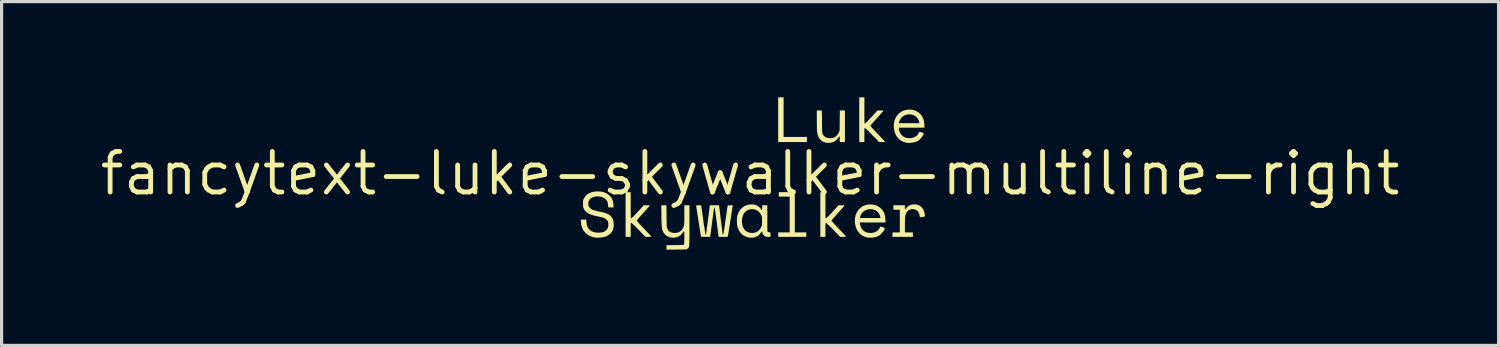
<source format=kicad_pcb>
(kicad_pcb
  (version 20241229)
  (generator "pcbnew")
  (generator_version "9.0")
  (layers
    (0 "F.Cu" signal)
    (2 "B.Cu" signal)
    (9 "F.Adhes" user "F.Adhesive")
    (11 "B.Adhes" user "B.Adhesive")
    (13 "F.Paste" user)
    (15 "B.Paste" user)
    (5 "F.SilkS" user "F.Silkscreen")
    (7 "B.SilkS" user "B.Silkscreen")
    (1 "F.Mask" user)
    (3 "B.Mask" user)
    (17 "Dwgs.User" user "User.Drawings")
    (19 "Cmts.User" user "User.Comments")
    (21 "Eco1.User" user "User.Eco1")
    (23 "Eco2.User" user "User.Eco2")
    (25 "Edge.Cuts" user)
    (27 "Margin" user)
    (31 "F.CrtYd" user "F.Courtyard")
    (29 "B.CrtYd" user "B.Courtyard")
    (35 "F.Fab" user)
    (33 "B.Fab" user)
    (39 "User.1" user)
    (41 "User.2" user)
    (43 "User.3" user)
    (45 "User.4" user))
  (footprint "fancytext-luke-skywalker-multiline-right"
    (layer "F.Cu")
    (at 20.448 2.385)
    (property "Reference" "fancytext-luke-skywalker-multiline-right" (at 0 0 0) (layer "F.SilkS") (effects (font (size 1.27 1.27) (thickness 0.15))))
    (attr board_only exclude_from_pos_files exclude_from_bom)
    (fp_poly (pts (xy 0.88 -1.685) (xy 0.88 -2.385) (xy 0.965 -2.385) (xy 1.05 -2.385) (xy 1.05 -1.765) (xy 1.05 -1.145) (xy 1.415 -1.145) (xy 1.78 -1.145) (xy 1.78 -1.065) (xy 1.78 -0.985) (xy 1.33 -0.985) (xy 0.88 -0.985) (xy 0.88 -1.685)) (stroke (width 0) (type solid)) (fill yes) (layer "F.SilkS"))
    (fp_poly (pts (xy 0.88 1.915) (xy 0.88 1.845) (xy 1.06 1.845) (xy 1.24 1.845) (xy 1.24 1.285) (xy 1.24 0.725) (xy 1.07 0.725) (xy 0.9 0.725) (xy 0.9 0.655) (xy 0.9 0.585) (xy 1.15 0.585) (xy 1.4 0.585) (xy 1.4 1.215) (xy 1.4 1.845) (xy 1.58 1.845) (xy 1.76 1.845) (xy 1.76 1.915) (xy 1.76 1.985) (xy 1.32 1.985) (xy 0.88 1.985) (xy 0.88 1.915)) (stroke (width 0) (type solid)) (fill yes) (layer "F.SilkS"))
    (fp_poly (pts (xy 2.364 -0.968) (xy 2.286 -0.997) (xy 2.221 -1.041) (xy 2.169 -1.1) (xy 2.13 -1.174) (xy 2.105 -1.263) (xy 2.1 -1.287) (xy 2.098 -1.313) (xy 2.095 -1.356) (xy 2.093 -1.412) (xy 2.092 -1.48) (xy 2.091 -1.555) (xy 2.09 -1.634) (xy 2.09 -1.663) (xy 2.09 -1.975) (xy 2.169 -1.975) (xy 2.249 -1.975) (xy 2.252 -1.627) (xy 2.253 -1.533) (xy 2.254 -1.457) (xy 2.255 -1.396) (xy 2.257 -1.349) (xy 2.259 -1.313) (xy 2.261 -1.287) (xy 2.264 -1.267) (xy 2.268 -1.252) (xy 2.273 -1.24) (xy 2.307 -1.185) (xy 2.354 -1.144) (xy 2.414 -1.118) (xy 2.481 -1.107) (xy 2.561 -1.11) (xy 2.631 -1.129) (xy 2.691 -1.166) (xy 2.741 -1.22) (xy 2.772 -1.273) (xy 2.805 -1.34) (xy 2.808 -1.657) (xy 2.811 -1.975) (xy 2.891 -1.975) (xy 2.97 -1.975) (xy 2.97 -1.48) (xy 2.97 -0.985) (xy 2.89 -0.985) (xy 2.81 -0.985) (xy 2.81 -1.075) (xy 2.809 -1.117) (xy 2.806 -1.148) (xy 2.802 -1.164) (xy 2.8 -1.165) (xy 2.789 -1.157) (xy 2.773 -1.138) (xy 2.765 -1.126) (xy 2.712 -1.058) (xy 2.65 -1.008) (xy 2.578 -0.975) (xy 2.496 -0.96) (xy 2.487 -0.959) (xy 2.439 -0.959) (xy 2.392 -0.963) (xy 2.364 -0.968)) (stroke (width 0) (type solid)) (fill yes) (layer "F.SilkS"))
    (fp_poly (pts (xy 4.46 1.915) (xy 4.46 1.845) (xy 4.575 1.845) (xy 4.69 1.845) (xy 4.69 1.49) (xy 4.69 1.135) (xy 4.59 1.135) (xy 4.49 1.135) (xy 4.49 1.065) (xy 4.49 0.995) (xy 4.67 0.995) (xy 4.85 0.995) (xy 4.85 1.06) (xy 4.851 1.093) (xy 4.855 1.117) (xy 4.86 1.125) (xy 4.871 1.117) (xy 4.887 1.098) (xy 4.895 1.085) (xy 4.936 1.037) (xy 4.991 1.001) (xy 5.054 0.977) (xy 5.124 0.967) (xy 5.195 0.969) (xy 5.264 0.986) (xy 5.324 1.015) (xy 5.376 1.06) (xy 5.42 1.118) (xy 5.452 1.187) (xy 5.47 1.262) (xy 5.472 1.292) (xy 5.475 1.349) (xy 5.4 1.361) (xy 5.364 1.366) (xy 5.336 1.369) (xy 5.323 1.37) (xy 5.322 1.37) (xy 5.319 1.36) (xy 5.314 1.335) (xy 5.31 1.31) (xy 5.292 1.243) (xy 5.262 1.191) (xy 5.218 1.152) (xy 5.198 1.141) (xy 5.134 1.119) (xy 5.07 1.115) (xy 5.009 1.129) (xy 4.955 1.159) (xy 4.91 1.204) (xy 4.877 1.263) (xy 4.866 1.294) (xy 4.861 1.317) (xy 4.857 1.345) (xy 4.854 1.381) (xy 4.852 1.428) (xy 4.851 1.488) (xy 4.85 1.564) (xy 4.85 1.598) (xy 4.85 1.845) (xy 4.975 1.845) (xy 5.1 1.845) (xy 5.1 1.915) (xy 5.1 1.985) (xy 4.78 1.985) (xy 4.46 1.985) (xy 4.46 1.915)) (stroke (width 0) (type solid)) (fill yes) (layer "F.SilkS"))
    (fp_poly (pts (xy -3.9 1.285) (xy -3.9 0.585) (xy -3.82 0.585) (xy -3.74 0.585) (xy -3.74 0.995) (xy -3.74 1.096) (xy -3.74 1.18) (xy -3.739 1.247) (xy -3.739 1.299) (xy -3.738 1.338) (xy -3.736 1.366) (xy -3.734 1.385) (xy -3.731 1.397) (xy -3.728 1.403) (xy -3.724 1.405) (xy -3.723 1.405) (xy -3.711 1.398) (xy -3.688 1.377) (xy -3.656 1.345) (xy -3.615 1.304) (xy -3.568 1.254) (xy -3.517 1.2) (xy -3.329 0.995) (xy -3.235 0.995) (xy -3.194 0.996) (xy -3.162 0.998) (xy -3.143 1.001) (xy -3.14 1.002) (xy -3.147 1.012) (xy -3.165 1.033) (xy -3.194 1.066) (xy -3.231 1.108) (xy -3.275 1.158) (xy -3.324 1.212) (xy -3.345 1.235) (xy -3.396 1.292) (xy -3.443 1.344) (xy -3.483 1.391) (xy -3.515 1.429) (xy -3.537 1.457) (xy -3.549 1.474) (xy -3.55 1.476) (xy -3.543 1.487) (xy -3.524 1.511) (xy -3.494 1.545) (xy -3.456 1.588) (xy -3.41 1.638) (xy -3.358 1.693) (xy -3.322 1.729) (xy -3.268 1.787) (xy -3.217 1.84) (xy -3.173 1.886) (xy -3.137 1.925) (xy -3.11 1.954) (xy -3.095 1.971) (xy -3.092 1.976) (xy -3.099 1.98) (xy -3.124 1.983) (xy -3.161 1.985) (xy -3.183 1.985) (xy -3.278 1.985) (xy -3.492 1.765) (xy -3.545 1.71) (xy -3.595 1.661) (xy -3.639 1.617) (xy -3.676 1.583) (xy -3.703 1.559) (xy -3.72 1.546) (xy -3.723 1.545) (xy -3.728 1.546) (xy -3.733 1.552) (xy -3.736 1.564) (xy -3.738 1.586) (xy -3.739 1.619) (xy -3.74 1.666) (xy -3.74 1.729) (xy -3.74 1.765) (xy -3.74 1.985) (xy -3.82 1.985) (xy -3.9 1.985) (xy -3.9 1.285)) (stroke (width 0) (type solid)) (fill yes) (layer "F.SilkS"))
    (fp_poly (pts (xy 2.2 1.285) (xy 2.2 0.585) (xy 2.28 0.585) (xy 2.36 0.585) (xy 2.36 0.995) (xy 2.36 1.096) (xy 2.36 1.18) (xy 2.361 1.247) (xy 2.361 1.299) (xy 2.362 1.338) (xy 2.364 1.366) (xy 2.366 1.385) (xy 2.369 1.397) (xy 2.372 1.403) (xy 2.376 1.405) (xy 2.377 1.405) (xy 2.389 1.398) (xy 2.412 1.377) (xy 2.444 1.345) (xy 2.485 1.304) (xy 2.532 1.254) (xy 2.583 1.2) (xy 2.771 0.995) (xy 2.865 0.995) (xy 2.906 0.996) (xy 2.938 0.998) (xy 2.957 1.001) (xy 2.96 1.002) (xy 2.953 1.012) (xy 2.935 1.033) (xy 2.906 1.066) (xy 2.869 1.108) (xy 2.825 1.158) (xy 2.776 1.212) (xy 2.755 1.235) (xy 2.704 1.292) (xy 2.657 1.344) (xy 2.617 1.391) (xy 2.585 1.429) (xy 2.563 1.457) (xy 2.551 1.474) (xy 2.55 1.476) (xy 2.557 1.487) (xy 2.576 1.511) (xy 2.606 1.545) (xy 2.644 1.588) (xy 2.69 1.638) (xy 2.742 1.693) (xy 2.777 1.729) (xy 2.832 1.787) (xy 2.883 1.84) (xy 2.927 1.886) (xy 2.963 1.925) (xy 2.99 1.954) (xy 3.005 1.971) (xy 3.008 1.976) (xy 3.001 1.98) (xy 2.976 1.983) (xy 2.939 1.985) (xy 2.917 1.985) (xy 2.822 1.985) (xy 2.608 1.765) (xy 2.555 1.71) (xy 2.505 1.661) (xy 2.461 1.617) (xy 2.424 1.583) (xy 2.397 1.559) (xy 2.38 1.546) (xy 2.377 1.545) (xy 2.372 1.546) (xy 2.367 1.552) (xy 2.364 1.564) (xy 2.362 1.586) (xy 2.361 1.619) (xy 2.36 1.666) (xy 2.36 1.729) (xy 2.36 1.765) (xy 2.36 1.985) (xy 2.28 1.985) (xy 2.2 1.985) (xy 2.2 1.285)) (stroke (width 0) (type solid)) (fill yes) (layer "F.SilkS"))
    (fp_poly (pts (xy 3.42 -1.685) (xy 3.42 -2.385) (xy 3.5 -2.385) (xy 3.58 -2.385) (xy 3.58 -1.975) (xy 3.58 -1.874) (xy 3.58 -1.79) (xy 3.581 -1.723) (xy 3.581 -1.671) (xy 3.582 -1.632) (xy 3.584 -1.604) (xy 3.586 -1.585) (xy 3.589 -1.573) (xy 3.592 -1.567) (xy 3.596 -1.565) (xy 3.598 -1.565) (xy 3.609 -1.572) (xy 3.632 -1.593) (xy 3.664 -1.625) (xy 3.705 -1.666) (xy 3.752 -1.716) (xy 3.803 -1.77) (xy 3.991 -1.975) (xy 4.085 -1.975) (xy 4.126 -1.974) (xy 4.158 -1.972) (xy 4.177 -1.969) (xy 4.18 -1.968) (xy 4.173 -1.958) (xy 4.155 -1.937) (xy 4.126 -1.904) (xy 4.089 -1.862) (xy 4.045 -1.812) (xy 3.996 -1.758) (xy 3.975 -1.735) (xy 3.924 -1.678) (xy 3.877 -1.626) (xy 3.837 -1.579) (xy 3.805 -1.541) (xy 3.783 -1.513) (xy 3.771 -1.496) (xy 3.77 -1.494) (xy 3.777 -1.483) (xy 3.796 -1.459) (xy 3.826 -1.425) (xy 3.864 -1.382) (xy 3.91 -1.332) (xy 3.962 -1.277) (xy 3.998 -1.241) (xy 4.052 -1.183) (xy 4.103 -1.13) (xy 4.147 -1.084) (xy 4.183 -1.045) (xy 4.21 -1.016) (xy 4.225 -0.999) (xy 4.228 -0.994) (xy 4.221 -0.99) (xy 4.196 -0.987) (xy 4.159 -0.985) (xy 4.137 -0.985) (xy 4.042 -0.985) (xy 3.828 -1.205) (xy 3.775 -1.26) (xy 3.725 -1.309) (xy 3.681 -1.353) (xy 3.644 -1.387) (xy 3.617 -1.411) (xy 3.6 -1.424) (xy 3.598 -1.425) (xy 3.592 -1.424) (xy 3.587 -1.418) (xy 3.584 -1.406) (xy 3.582 -1.384) (xy 3.581 -1.351) (xy 3.58 -1.304) (xy 3.58 -1.241) (xy 3.58 -1.205) (xy 3.58 -0.985) (xy 3.5 -0.985) (xy 3.42 -0.985) (xy 3.42 -1.685)) (stroke (width 0) (type solid)) (fill yes) (layer "F.SilkS"))
    (fp_poly (pts (xy 3.805 0.968) (xy 3.901 0.983) (xy 3.988 1.016) (xy 4.065 1.065) (xy 4.131 1.128) (xy 4.183 1.205) (xy 4.211 1.27) (xy 4.227 1.332) (xy 4.236 1.412) (xy 4.238 1.433) (xy 4.243 1.535) (xy 3.437 1.535) (xy 3.443 1.584) (xy 3.461 1.66) (xy 3.495 1.727) (xy 3.543 1.783) (xy 3.603 1.826) (xy 3.664 1.85) (xy 3.742 1.863) (xy 3.818 1.862) (xy 3.889 1.847) (xy 3.953 1.82) (xy 4.006 1.781) (xy 4.046 1.732) (xy 4.062 1.698) (xy 4.069 1.68) (xy 4.076 1.67) (xy 4.089 1.667) (xy 4.111 1.67) (xy 4.147 1.679) (xy 4.155 1.681) (xy 4.194 1.693) (xy 4.216 1.705) (xy 4.22 1.712) (xy 4.213 1.742) (xy 4.193 1.781) (xy 4.164 1.824) (xy 4.128 1.868) (xy 4.09 1.907) (xy 4.052 1.939) (xy 4.036 1.949) (xy 3.971 1.978) (xy 3.893 1.999) (xy 3.81 2.01) (xy 3.727 2.011) (xy 3.653 2.001) (xy 3.562 1.97) (xy 3.482 1.923) (xy 3.414 1.861) (xy 3.358 1.785) (xy 3.317 1.697) (xy 3.295 1.619) (xy 3.281 1.512) (xy 3.284 1.41) (xy 3.287 1.395) (xy 3.44 1.395) (xy 4.083 1.395) (xy 4.076 1.353) (xy 4.057 1.294) (xy 4.023 1.237) (xy 3.982 1.193) (xy 3.922 1.151) (xy 3.853 1.126) (xy 3.78 1.116) (xy 3.705 1.121) (xy 3.633 1.142) (xy 3.567 1.179) (xy 3.542 1.2) (xy 3.507 1.239) (xy 3.476 1.29) (xy 3.453 1.344) (xy 3.446 1.367) (xy 3.44 1.395) (xy 3.287 1.395) (xy 3.303 1.315) (xy 3.337 1.229) (xy 3.384 1.152) (xy 3.445 1.087) (xy 3.516 1.034) (xy 3.598 0.995) (xy 3.689 0.973) (xy 3.788 0.967)) (stroke (width 0) (type solid)) (fill yes) (layer "F.SilkS"))
    (fp_poly (pts (xy 5.025 -2.002) (xy 5.121 -1.987) (xy 5.208 -1.954) (xy 5.285 -1.905) (xy 5.351 -1.842) (xy 5.403 -1.765) (xy 5.431 -1.7) (xy 5.447 -1.638) (xy 5.456 -1.558) (xy 5.458 -1.538) (xy 5.463 -1.435) (xy 4.657 -1.435) (xy 4.663 -1.386) (xy 4.681 -1.31) (xy 4.715 -1.243) (xy 4.763 -1.187) (xy 4.823 -1.144) (xy 4.884 -1.12) (xy 4.962 -1.107) (xy 5.038 -1.108) (xy 5.109 -1.123) (xy 5.173 -1.15) (xy 5.226 -1.189) (xy 5.266 -1.238) (xy 5.282 -1.272) (xy 5.289 -1.29) (xy 5.296 -1.3) (xy 5.309 -1.303) (xy 5.331 -1.3) (xy 5.367 -1.291) (xy 5.375 -1.289) (xy 5.414 -1.277) (xy 5.436 -1.265) (xy 5.44 -1.258) (xy 5.433 -1.228) (xy 5.413 -1.189) (xy 5.384 -1.146) (xy 5.348 -1.102) (xy 5.31 -1.063) (xy 5.272 -1.031) (xy 5.256 -1.021) (xy 5.191 -0.992) (xy 5.113 -0.971) (xy 5.03 -0.96) (xy 4.947 -0.959) (xy 4.873 -0.969) (xy 4.782 -1) (xy 4.702 -1.047) (xy 4.634 -1.109) (xy 4.578 -1.185) (xy 4.537 -1.273) (xy 4.515 -1.351) (xy 4.501 -1.458) (xy 4.504 -1.56) (xy 4.507 -1.575) (xy 4.66 -1.575) (xy 5.303 -1.575) (xy 5.296 -1.617) (xy 5.277 -1.676) (xy 5.243 -1.733) (xy 5.202 -1.777) (xy 5.142 -1.819) (xy 5.073 -1.844) (xy 5 -1.854) (xy 4.925 -1.849) (xy 4.853 -1.828) (xy 4.787 -1.791) (xy 4.762 -1.77) (xy 4.727 -1.731) (xy 4.696 -1.68) (xy 4.673 -1.626) (xy 4.666 -1.603) (xy 4.66 -1.575) (xy 4.507 -1.575) (xy 4.523 -1.655) (xy 4.557 -1.741) (xy 4.604 -1.818) (xy 4.665 -1.883) (xy 4.736 -1.936) (xy 4.818 -1.975) (xy 4.909 -1.997) (xy 5.008 -2.003)) (stroke (width 0) (type solid)) (fill yes) (layer "F.SilkS"))
    (fp_poly (pts (xy 0.108 0.971) (xy 0.185 0.991) (xy 0.254 1.027) (xy 0.311 1.077) (xy 0.329 1.1) (xy 0.348 1.125) (xy 0.364 1.141) (xy 0.371 1.145) (xy 0.375 1.136) (xy 0.378 1.112) (xy 0.38 1.077) (xy 0.38 1.07) (xy 0.38 0.995) (xy 0.54 0.995) (xy 0.54 1.814) (xy 0.562 1.829) (xy 0.59 1.841) (xy 0.612 1.845) (xy 0.627 1.846) (xy 0.635 1.851) (xy 0.639 1.865) (xy 0.64 1.892) (xy 0.64 1.915) (xy 0.64 1.985) (xy 0.575 1.985) (xy 0.535 1.983) (xy 0.498 1.977) (xy 0.477 1.971) (xy 0.435 1.944) (xy 0.403 1.903) (xy 0.386 1.856) (xy 0.386 1.856) (xy 0.38 1.831) (xy 0.374 1.816) (xy 0.372 1.815) (xy 0.362 1.823) (xy 0.346 1.843) (xy 0.331 1.866) (xy 0.283 1.921) (xy 0.222 1.965) (xy 0.151 1.995) (xy 0.073 2.011) (xy -0.008 2.01) (xy -0.045 2.005) (xy -0.138 1.977) (xy -0.218 1.933) (xy -0.286 1.874) (xy -0.341 1.799) (xy -0.383 1.71) (xy -0.396 1.67) (xy -0.405 1.625) (xy -0.411 1.571) (xy -0.413 1.501) (xy -0.413 1.499) (xy -0.257 1.499) (xy -0.249 1.585) (xy -0.229 1.663) (xy -0.195 1.73) (xy -0.15 1.786) (xy -0.122 1.809) (xy -0.056 1.843) (xy 0.018 1.861) (xy 0.094 1.862) (xy 0.168 1.846) (xy 0.204 1.831) (xy 0.263 1.793) (xy 0.31 1.742) (xy 0.349 1.675) (xy 0.36 1.651) (xy 0.367 1.628) (xy 0.372 1.602) (xy 0.374 1.569) (xy 0.375 1.524) (xy 0.375 1.49) (xy 0.375 1.435) (xy 0.373 1.395) (xy 0.37 1.366) (xy 0.364 1.342) (xy 0.356 1.319) (xy 0.349 1.305) (xy 0.306 1.233) (xy 0.253 1.178) (xy 0.189 1.14) (xy 0.116 1.12) (xy 0.09 1.117) (xy 0.009 1.12) (xy -0.063 1.141) (xy -0.126 1.178) (xy -0.178 1.231) (xy -0.218 1.298) (xy -0.244 1.379) (xy -0.25 1.41) (xy -0.257 1.499) (xy -0.413 1.499) (xy -0.413 1.49) (xy -0.412 1.418) (xy -0.406 1.361) (xy -0.397 1.316) (xy -0.396 1.31) (xy -0.359 1.215) (xy -0.309 1.134) (xy -0.246 1.069) (xy -0.172 1.019) (xy -0.085 0.985) (xy -0.064 0.979) (xy 0.024 0.967)) (stroke (width 0) (type solid)) (fill yes) (layer "F.SilkS"))
    (fp_poly (pts (xy -2.62 2.316) (xy -2.62 2.246) (xy -2.35 2.243) (xy -2.267 2.242) (xy -2.203 2.241) (xy -2.154 2.239) (xy -2.118 2.237) (xy -2.094 2.235) (xy -2.079 2.231) (xy -2.071 2.227) (xy -2.07 2.225) (xy -2.067 2.211) (xy -2.064 2.181) (xy -2.062 2.14) (xy -2.061 2.09) (xy -2.06 2.036) (xy -2.06 1.98) (xy -2.061 1.927) (xy -2.062 1.88) (xy -2.064 1.841) (xy -2.066 1.816) (xy -2.069 1.807) (xy -2.07 1.807) (xy -2.08 1.816) (xy -2.097 1.837) (xy -2.117 1.864) (xy -2.172 1.927) (xy -2.238 1.973) (xy -2.313 2.002) (xy -2.394 2.013) (xy -2.438 2.011) (xy -2.525 1.994) (xy -2.599 1.962) (xy -2.66 1.916) (xy -2.707 1.857) (xy -2.714 1.845) (xy -2.729 1.817) (xy -2.741 1.791) (xy -2.75 1.765) (xy -2.758 1.736) (xy -2.764 1.702) (xy -2.768 1.66) (xy -2.771 1.608) (xy -2.774 1.544) (xy -2.775 1.466) (xy -2.777 1.37) (xy -2.777 1.343) (xy -2.782 0.995) (xy -2.702 0.995) (xy -2.621 0.995) (xy -2.618 1.337) (xy -2.617 1.43) (xy -2.616 1.504) (xy -2.615 1.563) (xy -2.614 1.608) (xy -2.612 1.643) (xy -2.61 1.669) (xy -2.606 1.689) (xy -2.602 1.704) (xy -2.597 1.718) (xy -2.592 1.73) (xy -2.576 1.762) (xy -2.56 1.788) (xy -2.552 1.798) (xy -2.513 1.828) (xy -2.46 1.85) (xy -2.399 1.861) (xy -2.335 1.862) (xy -2.272 1.852) (xy -2.266 1.851) (xy -2.203 1.822) (xy -2.149 1.778) (xy -2.107 1.72) (xy -2.081 1.66) (xy -2.075 1.64) (xy -2.07 1.619) (xy -2.066 1.595) (xy -2.064 1.567) (xy -2.062 1.53) (xy -2.061 1.483) (xy -2.06 1.423) (xy -2.06 1.346) (xy -2.06 1.294) (xy -2.06 0.995) (xy -1.98 0.995) (xy -1.9 0.995) (xy -1.9 1.631) (xy -1.9 1.764) (xy -1.9 1.879) (xy -1.9 1.976) (xy -1.901 2.058) (xy -1.902 2.126) (xy -1.904 2.182) (xy -1.906 2.226) (xy -1.909 2.261) (xy -1.914 2.287) (xy -1.919 2.307) (xy -1.926 2.322) (xy -1.934 2.334) (xy -1.943 2.343) (xy -1.954 2.351) (xy -1.964 2.358) (xy -1.973 2.364) (xy -1.983 2.369) (xy -1.996 2.373) (xy -2.015 2.376) (xy -2.041 2.378) (xy -2.077 2.38) (xy -2.125 2.381) (xy -2.188 2.382) (xy -2.267 2.383) (xy -2.308 2.383) (xy -2.62 2.386) (xy -2.62 2.316)) (stroke (width 0) (type solid)) (fill yes) (layer "F.SilkS"))
    (fp_poly (pts (xy -4.887 2.001) (xy -4.984 1.973) (xy -5.071 1.93) (xy -5.146 1.873) (xy -5.208 1.803) (xy -5.254 1.722) (xy -5.284 1.632) (xy -5.285 1.628) (xy -5.293 1.582) (xy -5.298 1.534) (xy -5.3 1.502) (xy -5.3 1.445) (xy -5.216 1.445) (xy -5.133 1.445) (xy -5.128 1.529) (xy -5.114 1.616) (xy -5.086 1.691) (xy -5.043 1.751) (xy -4.986 1.798) (xy -4.915 1.831) (xy -4.831 1.849) (xy -4.734 1.853) (xy -4.72 1.852) (xy -4.655 1.847) (xy -4.605 1.836) (xy -4.563 1.818) (xy -4.525 1.791) (xy -4.51 1.779) (xy -4.474 1.737) (xy -4.451 1.688) (xy -4.441 1.629) (xy -4.442 1.581) (xy -4.445 1.54) (xy -4.45 1.512) (xy -4.461 1.489) (xy -4.476 1.468) (xy -4.517 1.429) (xy -4.575 1.396) (xy -4.651 1.37) (xy -4.727 1.353) (xy -4.838 1.33) (xy -4.931 1.306) (xy -5.008 1.28) (xy -5.071 1.25) (xy -5.122 1.216) (xy -5.162 1.176) (xy -5.194 1.131) (xy -5.207 1.107) (xy -5.22 1.079) (xy -5.228 1.054) (xy -5.233 1.026) (xy -5.235 0.989) (xy -5.235 0.945) (xy -5.234 0.895) (xy -5.232 0.86) (xy -5.227 0.832) (xy -5.218 0.807) (xy -5.207 0.784) (xy -5.162 0.712) (xy -5.102 0.654) (xy -5.027 0.61) (xy -4.94 0.579) (xy -4.84 0.563) (xy -4.775 0.561) (xy -4.678 0.566) (xy -4.593 0.583) (xy -4.515 0.614) (xy -4.461 0.645) (xy -4.393 0.7) (xy -4.341 0.765) (xy -4.305 0.842) (xy -4.286 0.931) (xy -4.282 0.972) (xy -4.277 1.066) (xy -4.361 1.063) (xy -4.445 1.06) (xy -4.451 0.985) (xy -4.456 0.942) (xy -4.464 0.902) (xy -4.474 0.872) (xy -4.509 0.821) (xy -4.557 0.779) (xy -4.615 0.748) (xy -4.68 0.727) (xy -4.749 0.717) (xy -4.818 0.717) (xy -4.885 0.728) (xy -4.946 0.75) (xy -4.997 0.783) (xy -5.037 0.828) (xy -5.049 0.849) (xy -5.065 0.898) (xy -5.07 0.953) (xy -5.064 1.006) (xy -5.056 1.028) (xy -5.03 1.068) (xy -4.989 1.105) (xy -4.936 1.136) (xy -4.916 1.144) (xy -4.886 1.153) (xy -4.842 1.165) (xy -4.788 1.178) (xy -4.731 1.191) (xy -4.71 1.195) (xy -4.619 1.215) (xy -4.546 1.235) (xy -4.486 1.256) (xy -4.437 1.279) (xy -4.397 1.306) (xy -4.362 1.338) (xy -4.351 1.351) (xy -4.315 1.399) (xy -4.291 1.45) (xy -4.278 1.51) (xy -4.272 1.571) (xy -4.275 1.668) (xy -4.295 1.754) (xy -4.331 1.828) (xy -4.382 1.89) (xy -4.449 1.94) (xy -4.53 1.977) (xy -4.627 2) (xy -4.72 2.01) (xy -4.793 2.01) (xy -4.862 2.005) (xy -4.887 2.001)) (stroke (width 0) (type solid)) (fill yes) (layer "F.SilkS"))
    (fp_poly (pts (xy -1.54 1.978) (xy -1.542 1.966) (xy -1.546 1.938) (xy -1.553 1.893) (xy -1.562 1.834) (xy -1.573 1.763) (xy -1.586 1.683) (xy -1.599 1.594) (xy -1.614 1.499) (xy -1.615 1.495) (xy -1.63 1.4) (xy -1.644 1.311) (xy -1.657 1.229) (xy -1.668 1.157) (xy -1.677 1.097) (xy -1.684 1.051) (xy -1.688 1.021) (xy -1.69 1.008) (xy -1.69 1.008) (xy -1.684 1.001) (xy -1.663 0.997) (xy -1.625 0.995) (xy -1.612 0.995) (xy -1.533 0.995) (xy -1.469 1.446) (xy -1.456 1.539) (xy -1.443 1.626) (xy -1.431 1.705) (xy -1.421 1.773) (xy -1.412 1.83) (xy -1.405 1.873) (xy -1.4 1.9) (xy -1.398 1.908) (xy -1.388 1.914) (xy -1.384 1.912) (xy -1.381 1.901) (xy -1.377 1.872) (xy -1.37 1.828) (xy -1.361 1.769) (xy -1.352 1.699) (xy -1.341 1.619) (xy -1.329 1.531) (xy -1.319 1.453) (xy -1.307 1.36) (xy -1.296 1.274) (xy -1.286 1.195) (xy -1.278 1.127) (xy -1.27 1.072) (xy -1.265 1.03) (xy -1.262 1.005) (xy -1.261 0.998) (xy -1.251 0.997) (xy -1.225 0.996) (xy -1.186 0.995) (xy -1.138 0.995) (xy -1.117 0.995) (xy -0.974 0.995) (xy -0.917 1.448) (xy -0.905 1.54) (xy -0.894 1.627) (xy -0.884 1.706) (xy -0.876 1.775) (xy -0.869 1.831) (xy -0.864 1.873) (xy -0.861 1.899) (xy -0.86 1.907) (xy -0.852 1.914) (xy -0.847 1.915) (xy -0.843 1.91) (xy -0.837 1.893) (xy -0.831 1.863) (xy -0.823 1.82) (xy -0.813 1.762) (xy -0.802 1.687) (xy -0.789 1.596) (xy -0.773 1.485) (xy -0.771 1.472) (xy -0.758 1.38) (xy -0.745 1.294) (xy -0.734 1.215) (xy -0.724 1.146) (xy -0.716 1.09) (xy -0.709 1.047) (xy -0.705 1.02) (xy -0.704 1.012) (xy -0.698 1.004) (xy -0.685 0.998) (xy -0.661 0.996) (xy -0.621 0.995) (xy -0.619 0.995) (xy -0.58 0.995) (xy -0.556 0.997) (xy -0.546 1.001) (xy -0.543 1.009) (xy -0.545 1.018) (xy -0.547 1.032) (xy -0.553 1.064) (xy -0.56 1.111) (xy -0.57 1.172) (xy -0.582 1.245) (xy -0.595 1.326) (xy -0.608 1.415) (xy -0.62 1.49) (xy -0.635 1.583) (xy -0.648 1.671) (xy -0.661 1.751) (xy -0.672 1.821) (xy -0.681 1.88) (xy -0.689 1.924) (xy -0.693 1.953) (xy -0.695 1.962) (xy -0.698 1.971) (xy -0.704 1.977) (xy -0.715 1.981) (xy -0.736 1.984) (xy -0.769 1.985) (xy -0.818 1.985) (xy -0.843 1.985) (xy -0.986 1.985) (xy -1.044 1.532) (xy -1.057 1.439) (xy -1.068 1.352) (xy -1.079 1.274) (xy -1.089 1.205) (xy -1.097 1.148) (xy -1.104 1.105) (xy -1.109 1.079) (xy -1.111 1.071) (xy -1.122 1.065) (xy -1.125 1.067) (xy -1.127 1.078) (xy -1.132 1.106) (xy -1.139 1.15) (xy -1.147 1.208) (xy -1.157 1.277) (xy -1.167 1.356) (xy -1.179 1.442) (xy -1.185 1.491) (xy -1.197 1.582) (xy -1.208 1.668) (xy -1.218 1.746) (xy -1.228 1.815) (xy -1.235 1.872) (xy -1.241 1.915) (xy -1.245 1.941) (xy -1.246 1.948) (xy -1.252 1.985) (xy -1.396 1.985) (xy -1.447 1.985) (xy -1.49 1.983) (xy -1.522 1.981) (xy -1.538 1.979) (xy -1.54 1.978)) (stroke (width 0) (type solid)) (fill yes) (layer "F.SilkS")))
  (gr_rect
    (start -3 -3)
    (end 43.896 7.771)
    (stroke (width 0.1) (type default))
    (fill no)
    (layer "Edge.Cuts")))
</source>
